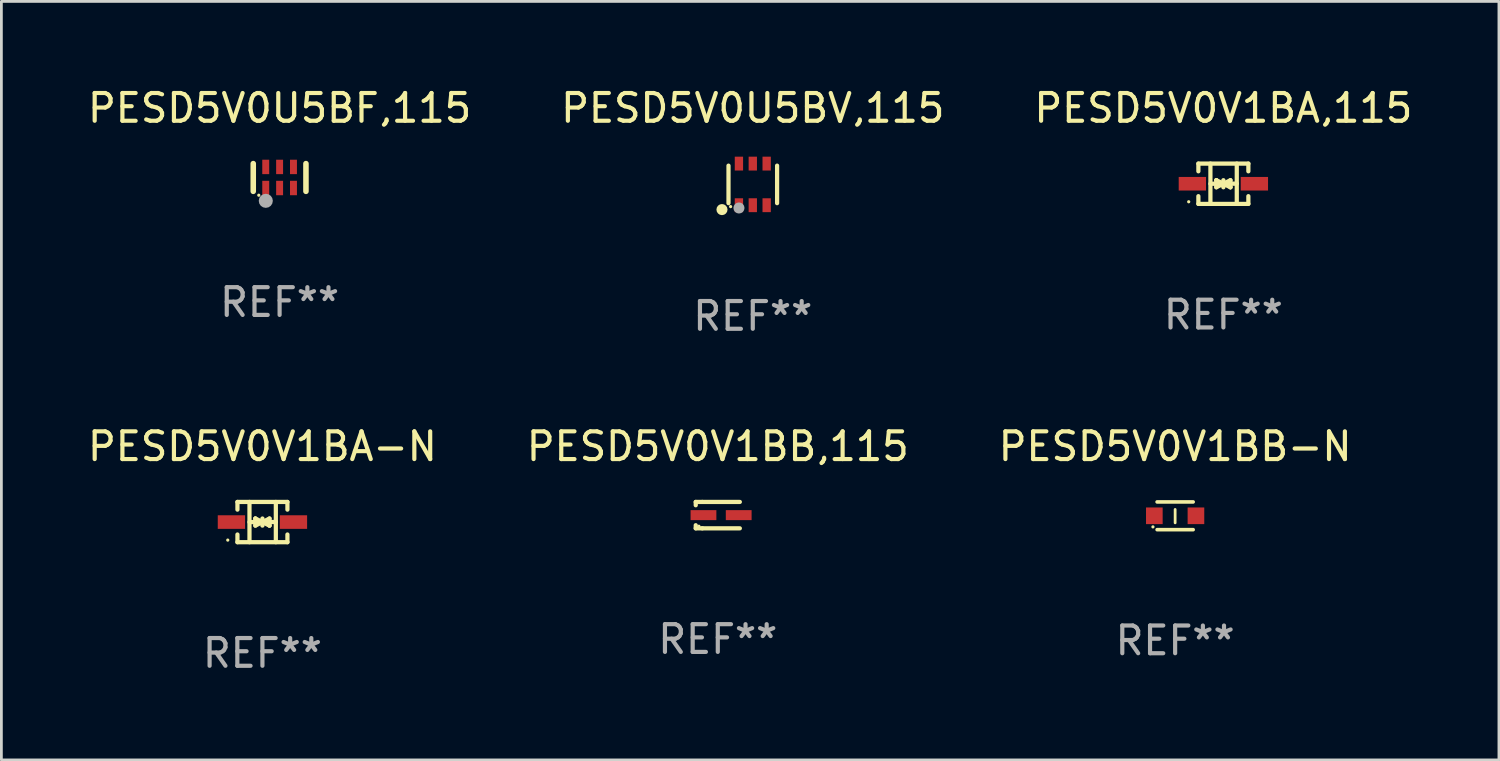
<source format=kicad_pcb>
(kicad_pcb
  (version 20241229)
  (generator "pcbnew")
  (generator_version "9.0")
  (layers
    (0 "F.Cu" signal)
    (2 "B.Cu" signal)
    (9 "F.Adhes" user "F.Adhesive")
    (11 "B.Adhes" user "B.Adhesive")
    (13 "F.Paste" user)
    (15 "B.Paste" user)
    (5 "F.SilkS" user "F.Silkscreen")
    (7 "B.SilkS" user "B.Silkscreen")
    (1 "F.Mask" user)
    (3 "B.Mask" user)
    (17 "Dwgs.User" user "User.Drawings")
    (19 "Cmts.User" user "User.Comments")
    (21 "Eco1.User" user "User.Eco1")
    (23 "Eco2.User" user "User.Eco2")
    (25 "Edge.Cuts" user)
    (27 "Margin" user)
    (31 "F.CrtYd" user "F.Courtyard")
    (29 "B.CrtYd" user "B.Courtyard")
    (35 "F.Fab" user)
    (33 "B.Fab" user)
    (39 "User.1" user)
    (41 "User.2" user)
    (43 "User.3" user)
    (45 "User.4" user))
  (footprint "PESD5V0V1BA,115"
    (layer "F.Cu")
    (at 41.054 3.574)
    (property "Reference" "PESD5V0V1BA,115" (at 0 -2.726 0) (layer "F.SilkS") (effects (font (size 1 1) (thickness 0.15))))
    (attr through_hole)
    (fp_line (start -0.901 -0.726) (end -0.901 -0.448) (stroke (width 0.152) (type solid)) (layer "F.SilkS"))
    (fp_line (start -0.901 0.726) (end -0.901 0.448) (stroke (width 0.152) (type solid)) (layer "F.SilkS"))
    (fp_line (start -0.467 0) (end 0.483 -0.003) (stroke (width 0.154) (type solid)) (layer "F.SilkS"))
    (fp_line (start -0.467 0.726) (end -0.467 -0.726) (stroke (width 0.152) (type solid)) (layer "F.SilkS"))
    (fp_line (start -0.254 -0.127) (end -0.254 -0.127) (stroke (width 0.154) (type solid)) (layer "F.SilkS"))
    (fp_line (start -0.254 -0.127) (end -0.002 -0.003) (stroke (width 0.154) (type solid)) (layer "F.SilkS"))
    (fp_line (start -0.254 0.127) (end -0.254 -0.127) (stroke (width 0.154) (type solid)) (layer "F.SilkS"))
    (fp_line (start -0.127 0) (end 0.003 0) (stroke (width 0.154) (type solid)) (layer "F.SilkS"))
    (fp_line (start -0.003 0) (end -0.254 0.127) (stroke (width 0.154) (type solid)) (layer "F.SilkS"))
    (fp_line (start 0 -0.127) (end 0 0.127) (stroke (width 0.154) (type solid)) (layer "F.SilkS"))
    (fp_line (start 0.003 0) (end 0.254 -0.127) (stroke (width 0.154) (type solid)) (layer "F.SilkS"))
    (fp_line (start 0.127 0) (end -0.003 0) (stroke (width 0.154) (type solid)) (layer "F.SilkS"))
    (fp_line (start 0.254 -0.127) (end 0.254 0.127) (stroke (width 0.154) (type solid)) (layer "F.SilkS"))
    (fp_line (start 0.254 0.127) (end 0.002 0.003) (stroke (width 0.154) (type solid)) (layer "F.SilkS"))
    (fp_line (start 0.254 0.127) (end 0.254 0.127) (stroke (width 0.154) (type solid)) (layer "F.SilkS"))
    (fp_line (start 0.483 0.726) (end 0.483 -0.726) (stroke (width 0.152) (type solid)) (layer "F.SilkS"))
    (fp_line (start 0.901 -0.726) (end -0.901 -0.726) (stroke (width 0.152) (type solid)) (layer "F.SilkS"))
    (fp_line (start 0.901 -0.726) (end 0.901 -0.448) (stroke (width 0.152) (type solid)) (layer "F.SilkS"))
    (fp_line (start 0.901 0.726) (end -0.901 0.726) (stroke (width 0.152) (type solid)) (layer "F.SilkS"))
    (fp_line (start 0.901 0.726) (end 0.901 0.448) (stroke (width 0.152) (type solid)) (layer "F.SilkS"))
    (fp_circle (center -1.25 0.65) (end -1.22 0.65) (stroke (width 0.06) (type solid)) (fill no) (layer "F.SilkS"))
    (fp_text user "REF**" (at 0 4.726 0) (layer "F.Fab") (effects (font (size 1 1) (thickness 0.15))))
    (pad "1" smd rect (at -1.118 0) (size 0.985 0.49) (layers "F.Cu" "F.Mask" "F.Paste"))
    (pad "2" smd rect (at 1.118 0) (size 0.985 0.49) (layers "F.Cu" "F.Mask" "F.Paste")))
  (footprint "PESD5V0U5BF,115"
    (layer "F.Cu")
    (at 7.03 3.348)
    (property "Reference" "PESD5V0U5BF,115" (at 0 -2.5 0) (layer "F.SilkS") (effects (font (size 1 1) (thickness 0.15))))
    (attr through_hole)
    (fp_line (start -0.95 0.5) (end -0.95 -0.5) (stroke (width 0.2) (type solid)) (layer "F.SilkS"))
    (fp_line (start 0.95 0.5) (end 0.95 -0.5) (stroke (width 0.2) (type solid)) (layer "F.SilkS"))
    (fp_circle (center -0.75 0.64) (end -0.72 0.64) (stroke (width 0.06) (type solid)) (fill no) (layer "F.SilkS"))
    (fp_circle (center -0.498 0.842) (end -0.371 0.842) (stroke (width 0.254) (type solid)) (fill no) (layer "F.Fab"))
    (fp_text user "REF**" (at 0 4.5 0) (layer "F.Fab") (effects (font (size 1 1) (thickness 0.15))))
    (pad "1" smd rect (at -0.5 0.38) (size 0.25 0.52) (layers "F.Cu" "F.Mask" "F.Paste"))
    (pad "2" smd rect (at 0 0.38) (size 0.25 0.52) (layers "F.Cu" "F.Mask" "F.Paste"))
    (pad "3" smd rect (at 0.5 0.38) (size 0.25 0.52) (layers "F.Cu" "F.Mask" "F.Paste"))
    (pad "4" smd rect (at 0.5 -0.38 180) (size 0.25 0.52) (layers "F.Cu" "F.Mask" "F.Paste"))
    (pad "5" smd rect (at 0 -0.38 180) (size 0.25 0.52) (layers "F.Cu" "F.Mask" "F.Paste"))
    (pad "6" smd rect (at -0.5 -0.38 180) (size 0.25 0.52) (layers "F.Cu" "F.Mask" "F.Paste")))
  (footprint "PESD5V0V1BB,115"
    (layer "F.Cu")
    (at 22.827 15.521)
    (property "Reference" "PESD5V0V1BB,115" (at 0 -2.476 0) (layer "F.SilkS") (effects (font (size 1 1) (thickness 0.15))))
    (attr through_hole)
    (fp_line (start -0.795 -0.476) (end -0.795 -0.356) (stroke (width 0.152) (type solid)) (layer "F.SilkS"))
    (fp_line (start -0.795 0.363) (end -0.795 0.476) (stroke (width 0.152) (type solid)) (layer "F.SilkS"))
    (fp_line (start -0.795 0.476) (end -0.557 0.476) (stroke (width 0.152) (type solid)) (layer "F.SilkS"))
    (fp_line (start -0.557 -0.476) (end -0.795 -0.476) (stroke (width 0.152) (type solid)) (layer "F.SilkS"))
    (fp_line (start -0.557 -0.476) (end 0.795 -0.476) (stroke (width 0.152) (type solid)) (layer "F.SilkS"))
    (fp_line (start -0.557 0.476) (end 0.795 0.476) (stroke (width 0.152) (type solid)) (layer "F.SilkS"))
    (fp_circle (center -0.681 0.4) (end -0.651 0.4) (stroke (width 0.06) (type solid)) (fill no) (layer "F.SilkS"))
    (fp_text user "REF**" (at 0 4.476 0) (layer "F.Fab") (effects (font (size 1 1) (thickness 0.15))))
    (pad "1" smd rect (at -0.516 0 180) (size 0.93 0.36) (layers "F.Cu" "F.Mask" "F.Paste"))
    (pad "2" smd rect (at 0.754 0 180) (size 0.93 0.36) (layers "F.Cu" "F.Mask" "F.Paste")))
  (footprint "PESD5V0V1BB-N"
    (layer "F.Cu")
    (at 39.315 15.545)
    (property "Reference" "PESD5V0V1BB-N" (at 0 -2.5 0) (layer "F.SilkS") (effects (font (size 1 1) (thickness 0.15))))
    (attr through_hole)
    (fp_line (start -0.65 -0.5) (end 0.65 -0.5) (stroke (width 0.13) (type solid)) (layer "F.SilkS"))
    (fp_line (start -0.65 0.5) (end 0.65 0.5) (stroke (width 0.13) (type solid)) (layer "F.SilkS"))
    (fp_line (start 0 -0.229) (end 0 0.254) (stroke (width 0.1) (type solid)) (layer "F.SilkS"))
    (fp_circle (center -0.8 0.4) (end -0.77 0.4) (stroke (width 0.06) (type solid)) (fill no) (layer "F.SilkS"))
    (fp_text user "REF**" (at 0 4.5 0) (layer "F.Fab") (effects (font (size 1 1) (thickness 0.15))))
    (pad "1" smd rect (at -0.75 0) (size 0.6 0.6) (layers "F.Cu" "F.Mask" "F.Paste"))
    (pad "2" smd rect (at 0.75 0 180) (size 0.6 0.6) (layers "F.Cu" "F.Mask" "F.Paste")))
  (footprint "PESD5V0U5BV,115"
    (layer "F.Cu")
    (at 24.089 3.598)
    (property "Reference" "PESD5V0U5BV,115" (at 0 -2.75 0) (layer "F.SilkS") (effects (font (size 1 1) (thickness 0.15))))
    (attr through_hole)
    (fp_line (start -0.876 0.676) (end -0.876 -0.676) (stroke (width 0.152) (type solid)) (layer "F.SilkS"))
    (fp_line (start 0.876 0.676) (end 0.876 -0.676) (stroke (width 0.152) (type solid)) (layer "F.SilkS"))
    (fp_circle (center -1.111 0.908) (end -1.011 0.908) (stroke (width 0.2) (type solid)) (fill no) (layer "F.SilkS"))
    (fp_circle (center -0.8 0.8) (end -0.77 0.8) (stroke (width 0.06) (type solid)) (fill no) (layer "F.SilkS"))
    (fp_circle (center -0.499 0.85) (end -0.399 0.85) (stroke (width 0.2) (type solid)) (fill no) (layer "F.Fab"))
    (fp_text user "REF**" (at 0 4.75 0) (layer "F.Fab") (effects (font (size 1 1) (thickness 0.15))))
    (pad "1" smd rect (at -0.5 0.75) (size 0.3 0.5) (layers "F.Cu" "F.Mask" "F.Paste"))
    (pad "2" smd rect (at 0 0.75) (size 0.3 0.5) (layers "F.Cu" "F.Mask" "F.Paste"))
    (pad "3" smd rect (at 0.5 0.75) (size 0.3 0.5) (layers "F.Cu" "F.Mask" "F.Paste"))
    (pad "4" smd rect (at 0.5 -0.75) (size 0.3 0.5) (layers "F.Cu" "F.Mask" "F.Paste"))
    (pad "5" smd rect (at 0 -0.75) (size 0.3 0.5) (layers "F.Cu" "F.Mask" "F.Paste"))
    (pad "6" smd rect (at -0.5 -0.75) (size 0.3 0.5) (layers "F.Cu" "F.Mask" "F.Paste")))
  (footprint "PESD5V0V1BA-N"
    (layer "F.Cu")
    (at 6.411 15.771)
    (property "Reference" "PESD5V0V1BA-N" (at 0 -2.726 0) (layer "F.SilkS") (effects (font (size 1 1) (thickness 0.15))))
    (attr through_hole)
    (fp_line (start -0.901 -0.726) (end -0.901 -0.448) (stroke (width 0.152) (type solid)) (layer "F.SilkS"))
    (fp_line (start -0.901 0.726) (end -0.901 0.448) (stroke (width 0.152) (type solid)) (layer "F.SilkS"))
    (fp_line (start -0.467 0) (end 0.483 -0.003) (stroke (width 0.154) (type solid)) (layer "F.SilkS"))
    (fp_line (start -0.467 0.726) (end -0.467 -0.726) (stroke (width 0.152) (type solid)) (layer "F.SilkS"))
    (fp_line (start -0.254 -0.127) (end -0.254 -0.127) (stroke (width 0.154) (type solid)) (layer "F.SilkS"))
    (fp_line (start -0.254 -0.127) (end -0.002 -0.003) (stroke (width 0.154) (type solid)) (layer "F.SilkS"))
    (fp_line (start -0.254 0.127) (end -0.254 -0.127) (stroke (width 0.154) (type solid)) (layer "F.SilkS"))
    (fp_line (start -0.127 0) (end 0.003 0) (stroke (width 0.154) (type solid)) (layer "F.SilkS"))
    (fp_line (start -0.003 0) (end -0.254 0.127) (stroke (width 0.154) (type solid)) (layer "F.SilkS"))
    (fp_line (start 0 -0.127) (end 0 0.127) (stroke (width 0.154) (type solid)) (layer "F.SilkS"))
    (fp_line (start 0.003 0) (end 0.254 -0.127) (stroke (width 0.154) (type solid)) (layer "F.SilkS"))
    (fp_line (start 0.127 0) (end -0.003 0) (stroke (width 0.154) (type solid)) (layer "F.SilkS"))
    (fp_line (start 0.254 -0.127) (end 0.254 0.127) (stroke (width 0.154) (type solid)) (layer "F.SilkS"))
    (fp_line (start 0.254 0.127) (end 0.002 0.003) (stroke (width 0.154) (type solid)) (layer "F.SilkS"))
    (fp_line (start 0.254 0.127) (end 0.254 0.127) (stroke (width 0.154) (type solid)) (layer "F.SilkS"))
    (fp_line (start 0.483 0.726) (end 0.483 -0.726) (stroke (width 0.152) (type solid)) (layer "F.SilkS"))
    (fp_line (start 0.901 -0.726) (end -0.901 -0.726) (stroke (width 0.152) (type solid)) (layer "F.SilkS"))
    (fp_line (start 0.901 -0.726) (end 0.901 -0.448) (stroke (width 0.152) (type solid)) (layer "F.SilkS"))
    (fp_line (start 0.901 0.726) (end -0.901 0.726) (stroke (width 0.152) (type solid)) (layer "F.SilkS"))
    (fp_line (start 0.901 0.726) (end 0.901 0.448) (stroke (width 0.152) (type solid)) (layer "F.SilkS"))
    (fp_circle (center -1.25 0.65) (end -1.22 0.65) (stroke (width 0.06) (type solid)) (fill no) (layer "F.SilkS"))
    (fp_text user "REF**" (at 0 4.726 0) (layer "F.Fab") (effects (font (size 1 1) (thickness 0.15))))
    (pad "1" smd rect (at -1.118 0) (size 0.985 0.49) (layers "F.Cu" "F.Mask" "F.Paste"))
    (pad "2" smd rect (at 1.118 0) (size 0.985 0.49) (layers "F.Cu" "F.Mask" "F.Paste")))
  (gr_rect
    (start -3 -3)
    (end 50.988 24.346)
    (stroke (width 0.1) (type default))
    (fill no)
    (layer "Edge.Cuts")))
</source>
